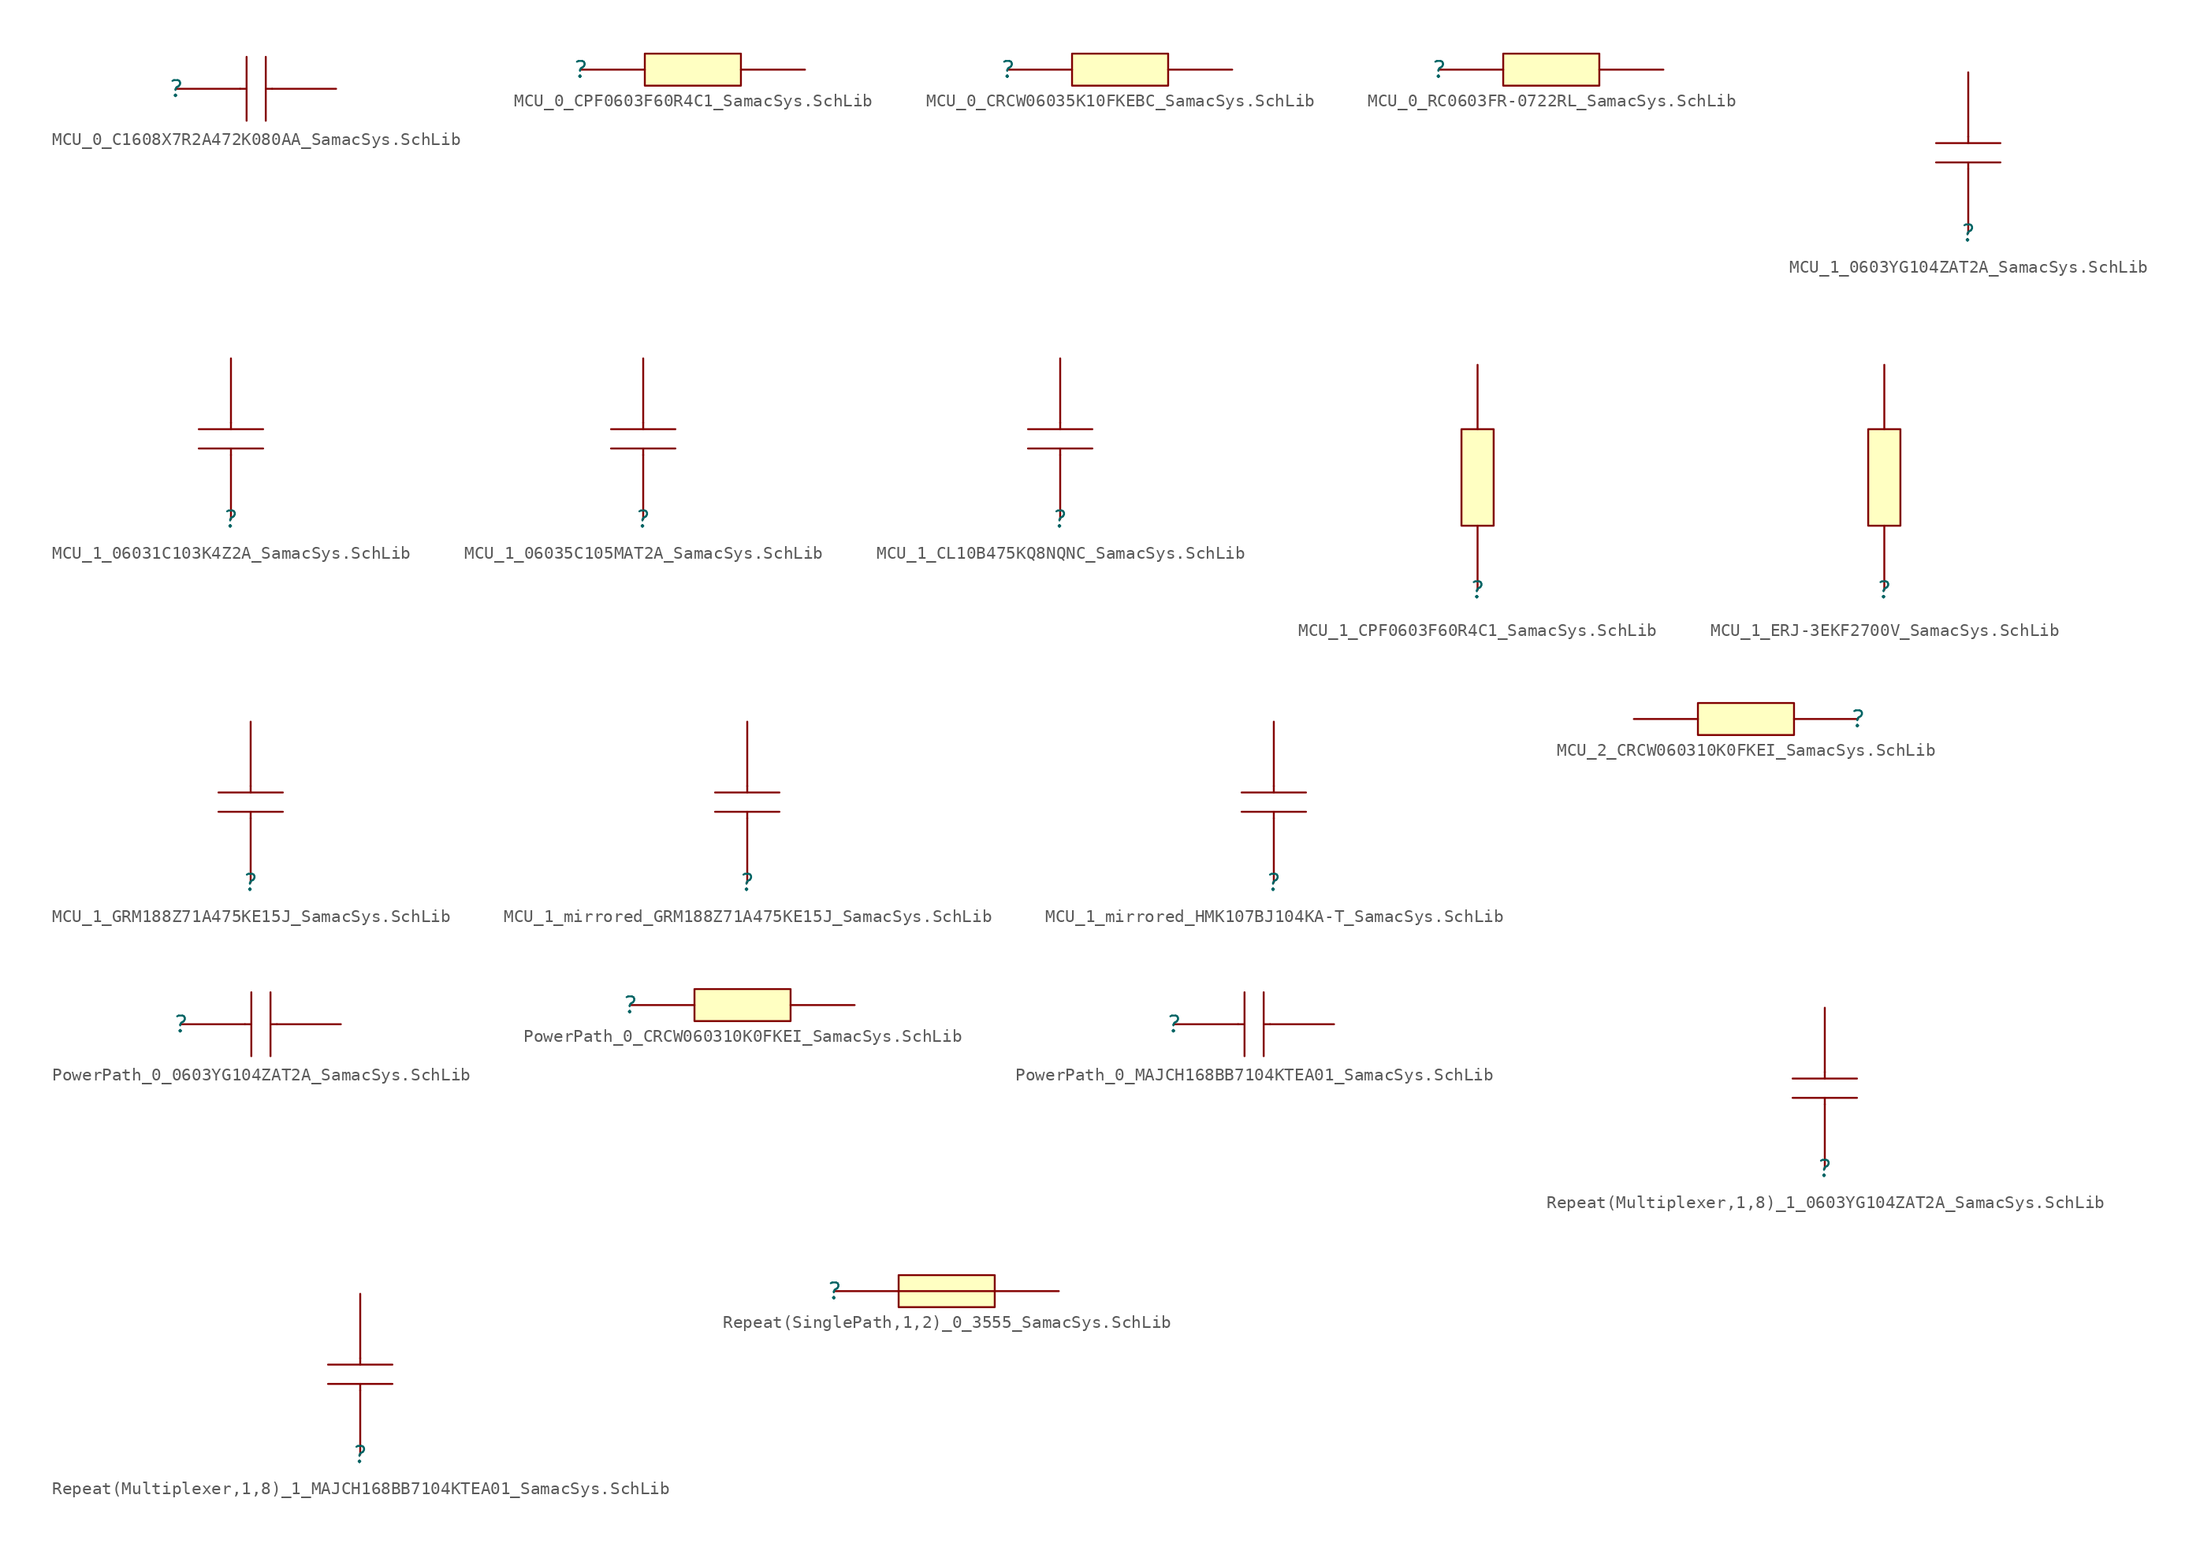
<source format=kicad_sym>
(kicad_symbol_lib
  (version 20241209)
  (generator "kicad_symbol_editor")
  (generator_version "9.0")
  (symbol "MCU_0_C1608X7R2A472K080AA_SamacSys.SchLib"
    (pin_numbers
      (hide yes))
    (pin_names
      (hide yes))
    (property "Reference" ""
      (at 0 0 0)
      (effects (font (size 1.27 1.27))))
    (property "Value" ""
      (at 0 0 0)
      (effects (font (size 1.27 1.27))))
    (symbol "MCU_0_C1608X7R2A472K080AA_SamacSys.SchLib_1_0"
      (polyline (pts (xy 5.08 0) (xy 5.588 0)) (stroke (width 0) (type solid)) (fill (type none)))
      (polyline (pts (xy 5.588 2.54) (xy 5.588 -2.54)) (stroke (width 0) (type solid)) (fill (type none)))
      (polyline (pts (xy 7.112 2.54) (xy 7.112 -2.54)) (stroke (width 0) (type solid)) (fill (type none)))
      (polyline (pts (xy 7.112 0) (xy 7.62 0)) (stroke (width 0) (type solid)) (fill (type none)))
      (pin passive line (at 0 0 0) (length 5.08) (name "1" (effects (font (size 1.27 1.27)))) (number "1" (effects (font (size 1.27 1.27)))))
      (pin passive line (at 12.7 0 180) (length 5.08) (name "2" (effects (font (size 1.27 1.27)))) (number "2" (effects (font (size 1.27 1.27)))))))
  (symbol "MCU_0_CPF0603F60R4C1_SamacSys.SchLib"
    (pin_numbers
      (hide yes))
    (pin_names
      (hide yes))
    (property "Reference" ""
      (at 0 0 0)
      (effects (font (size 1.27 1.27))))
    (property "Value" ""
      (at 0 0 0)
      (effects (font (size 1.27 1.27))))
    (symbol "MCU_0_CPF0603F60R4C1_SamacSys.SchLib_1_0"
      (rectangle (start 12.7 1.27) (end 5.08 -1.27) (stroke (width 0) (type solid) (color 128 0 0 1)) (fill (type background)))
      (pin passive line (at 0 0 0) (length 5.08) (name "1" (effects (font (size 1.27 1.27)))) (number "1" (effects (font (size 1.27 1.27)))))
      (pin passive line (at 17.78 0 180) (length 5.08) (name "2" (effects (font (size 1.27 1.27)))) (number "2" (effects (font (size 1.27 1.27)))))))
  (symbol "MCU_0_CRCW06035K10FKEBC_SamacSys.SchLib"
    (pin_numbers
      (hide yes))
    (pin_names
      (hide yes))
    (property "Reference" ""
      (at 0 0 0)
      (effects (font (size 1.27 1.27))))
    (property "Value" ""
      (at 0 0 0)
      (effects (font (size 1.27 1.27))))
    (symbol "MCU_0_CRCW06035K10FKEBC_SamacSys.SchLib_1_0"
      (rectangle (start 12.7 1.27) (end 5.08 -1.27) (stroke (width 0) (type solid) (color 128 0 0 1)) (fill (type background)))
      (pin passive line (at 0 0 0) (length 5.08) (name "1" (effects (font (size 1.27 1.27)))) (number "1" (effects (font (size 1.27 1.27)))))
      (pin passive line (at 17.78 0 180) (length 5.08) (name "2" (effects (font (size 1.27 1.27)))) (number "2" (effects (font (size 1.27 1.27)))))))
  (symbol "MCU_0_RC0603FR-0722RL_SamacSys.SchLib"
    (pin_numbers
      (hide yes))
    (pin_names
      (hide yes))
    (property "Reference" ""
      (at 0 0 0)
      (effects (font (size 1.27 1.27))))
    (property "Value" ""
      (at 0 0 0)
      (effects (font (size 1.27 1.27))))
    (symbol "MCU_0_RC0603FR-0722RL_SamacSys.SchLib_1_0"
      (rectangle (start 12.7 1.27) (end 5.08 -1.27) (stroke (width 0) (type solid) (color 128 0 0 1)) (fill (type background)))
      (pin passive line (at 0 0 0) (length 5.08) (name "1" (effects (font (size 1.27 1.27)))) (number "1" (effects (font (size 1.27 1.27)))))
      (pin passive line (at 17.78 0 180) (length 5.08) (name "2" (effects (font (size 1.27 1.27)))) (number "2" (effects (font (size 1.27 1.27)))))))
  (symbol "MCU_1_0603YG104ZAT2A_SamacSys.SchLib"
    (pin_numbers
      (hide yes))
    (pin_names
      (hide yes))
    (property "Reference" ""
      (at 0 0 0)
      (effects (font (size 1.27 1.27))))
    (property "Value" ""
      (at 0 0 0)
      (effects (font (size 1.27 1.27))))
    (symbol "MCU_1_0603YG104ZAT2A_SamacSys.SchLib_1_0"
      (polyline (pts (xy -2.54 7.112) (xy 2.54 7.112)) (stroke (width 0) (type solid)) (fill (type none)))
      (polyline (pts (xy -2.54 5.588) (xy 2.54 5.588)) (stroke (width 0) (type solid)) (fill (type none)))
      (polyline (pts (xy 0 7.112) (xy 0 7.62)) (stroke (width 0) (type solid)) (fill (type none)))
      (polyline (pts (xy 0 5.08) (xy 0 5.588)) (stroke (width 0) (type solid)) (fill (type none)))
      (pin passive line (at 0 12.7 270) (length 5.08) (name "2" (effects (font (size 1.27 1.27)))) (number "2" (effects (font (size 1.27 1.27)))))
      (pin passive line (at 0 0 90) (length 5.08) (name "1" (effects (font (size 1.27 1.27)))) (number "1" (effects (font (size 1.27 1.27)))))))
  (symbol "MCU_1_06031C103K4Z2A_SamacSys.SchLib"
    (pin_numbers
      (hide yes))
    (pin_names
      (hide yes))
    (property "Reference" ""
      (at 0 0 0)
      (effects (font (size 1.27 1.27))))
    (property "Value" ""
      (at 0 0 0)
      (effects (font (size 1.27 1.27))))
    (symbol "MCU_1_06031C103K4Z2A_SamacSys.SchLib_1_0"
      (polyline (pts (xy -2.54 7.112) (xy 2.54 7.112)) (stroke (width 0) (type solid)) (fill (type none)))
      (polyline (pts (xy -2.54 5.588) (xy 2.54 5.588)) (stroke (width 0) (type solid)) (fill (type none)))
      (polyline (pts (xy 0 7.112) (xy 0 7.62)) (stroke (width 0) (type solid)) (fill (type none)))
      (polyline (pts (xy 0 5.08) (xy 0 5.588)) (stroke (width 0) (type solid)) (fill (type none)))
      (pin passive line (at 0 12.7 270) (length 5.08) (name "2" (effects (font (size 1.27 1.27)))) (number "2" (effects (font (size 1.27 1.27)))))
      (pin passive line (at 0 0 90) (length 5.08) (name "1" (effects (font (size 1.27 1.27)))) (number "1" (effects (font (size 1.27 1.27)))))))
  (symbol "MCU_1_06035C105MAT2A_SamacSys.SchLib"
    (pin_numbers
      (hide yes))
    (pin_names
      (hide yes))
    (property "Reference" ""
      (at 0 0 0)
      (effects (font (size 1.27 1.27))))
    (property "Value" ""
      (at 0 0 0)
      (effects (font (size 1.27 1.27))))
    (symbol "MCU_1_06035C105MAT2A_SamacSys.SchLib_1_0"
      (polyline (pts (xy -2.54 7.112) (xy 2.54 7.112)) (stroke (width 0) (type solid)) (fill (type none)))
      (polyline (pts (xy -2.54 5.588) (xy 2.54 5.588)) (stroke (width 0) (type solid)) (fill (type none)))
      (polyline (pts (xy 0 7.112) (xy 0 7.62)) (stroke (width 0) (type solid)) (fill (type none)))
      (polyline (pts (xy 0 5.08) (xy 0 5.588)) (stroke (width 0) (type solid)) (fill (type none)))
      (pin passive line (at 0 12.7 270) (length 5.08) (name "2" (effects (font (size 1.27 1.27)))) (number "2" (effects (font (size 1.27 1.27)))))
      (pin passive line (at 0 0 90) (length 5.08) (name "1" (effects (font (size 1.27 1.27)))) (number "1" (effects (font (size 1.27 1.27)))))))
  (symbol "MCU_1_CL10B475KQ8NQNC_SamacSys.SchLib"
    (pin_numbers
      (hide yes))
    (pin_names
      (hide yes))
    (property "Reference" ""
      (at 0 0 0)
      (effects (font (size 1.27 1.27))))
    (property "Value" ""
      (at 0 0 0)
      (effects (font (size 1.27 1.27))))
    (symbol "MCU_1_CL10B475KQ8NQNC_SamacSys.SchLib_1_0"
      (polyline (pts (xy -2.54 7.112) (xy 2.54 7.112)) (stroke (width 0) (type solid)) (fill (type none)))
      (polyline (pts (xy -2.54 5.588) (xy 2.54 5.588)) (stroke (width 0) (type solid)) (fill (type none)))
      (polyline (pts (xy 0 7.112) (xy 0 7.62)) (stroke (width 0) (type solid)) (fill (type none)))
      (polyline (pts (xy 0 5.08) (xy 0 5.588)) (stroke (width 0) (type solid)) (fill (type none)))
      (pin passive line (at 0 12.7 270) (length 5.08) (name "2" (effects (font (size 1.27 1.27)))) (number "2" (effects (font (size 1.27 1.27)))))
      (pin passive line (at 0 0 90) (length 5.08) (name "1" (effects (font (size 1.27 1.27)))) (number "1" (effects (font (size 1.27 1.27)))))))
  (symbol "MCU_1_CPF0603F60R4C1_SamacSys.SchLib"
    (pin_numbers
      (hide yes))
    (pin_names
      (hide yes))
    (property "Reference" ""
      (at 0 0 0)
      (effects (font (size 1.27 1.27))))
    (property "Value" ""
      (at 0 0 0)
      (effects (font (size 1.27 1.27))))
    (symbol "MCU_1_CPF0603F60R4C1_SamacSys.SchLib_1_0"
      (rectangle (start 1.27 12.7) (end -1.27 5.08) (stroke (width 0) (type solid) (color 128 0 0 1)) (fill (type background)))
      (pin passive line (at 0 17.78 270) (length 5.08) (name "2" (effects (font (size 1.27 1.27)))) (number "2" (effects (font (size 1.27 1.27)))))
      (pin passive line (at 0 0 90) (length 5.08) (name "1" (effects (font (size 1.27 1.27)))) (number "1" (effects (font (size 1.27 1.27)))))))
  (symbol "MCU_1_ERJ-3EKF2700V_SamacSys.SchLib"
    (pin_numbers
      (hide yes))
    (pin_names
      (hide yes))
    (property "Reference" ""
      (at 0 0 0)
      (effects (font (size 1.27 1.27))))
    (property "Value" ""
      (at 0 0 0)
      (effects (font (size 1.27 1.27))))
    (symbol "MCU_1_ERJ-3EKF2700V_SamacSys.SchLib_1_0"
      (rectangle (start 1.27 12.7) (end -1.27 5.08) (stroke (width 0) (type solid) (color 128 0 0 1)) (fill (type background)))
      (pin passive line (at 0 17.78 270) (length 5.08) (name "2" (effects (font (size 1.27 1.27)))) (number "2" (effects (font (size 1.27 1.27)))))
      (pin passive line (at 0 0 90) (length 5.08) (name "1" (effects (font (size 1.27 1.27)))) (number "1" (effects (font (size 1.27 1.27)))))))
  (symbol "MCU_1_GRM188Z71A475KE15J_SamacSys.SchLib"
    (pin_numbers
      (hide yes))
    (pin_names
      (hide yes))
    (property "Reference" ""
      (at 0 0 0)
      (effects (font (size 1.27 1.27))))
    (property "Value" ""
      (at 0 0 0)
      (effects (font (size 1.27 1.27))))
    (symbol "MCU_1_GRM188Z71A475KE15J_SamacSys.SchLib_1_0"
      (polyline (pts (xy -2.54 7.112) (xy 2.54 7.112)) (stroke (width 0) (type solid)) (fill (type none)))
      (polyline (pts (xy -2.54 5.588) (xy 2.54 5.588)) (stroke (width 0) (type solid)) (fill (type none)))
      (polyline (pts (xy 0 7.112) (xy 0 7.62)) (stroke (width 0) (type solid)) (fill (type none)))
      (polyline (pts (xy 0 5.08) (xy 0 5.588)) (stroke (width 0) (type solid)) (fill (type none)))
      (pin passive line (at 0 12.7 270) (length 5.08) (name "2" (effects (font (size 1.27 1.27)))) (number "2" (effects (font (size 1.27 1.27)))))
      (pin passive line (at 0 0 90) (length 5.08) (name "1" (effects (font (size 1.27 1.27)))) (number "1" (effects (font (size 1.27 1.27)))))))
  (symbol "MCU_1_mirrored_GRM188Z71A475KE15J_SamacSys.SchLib"
    (pin_numbers
      (hide yes))
    (pin_names
      (hide yes))
    (property "Reference" ""
      (at 0 0 0)
      (effects (font (size 1.27 1.27))))
    (property "Value" ""
      (at 0 0 0)
      (effects (font (size 1.27 1.27))))
    (symbol "MCU_1_mirrored_GRM188Z71A475KE15J_SamacSys.SchLib_1_0"
      (polyline (pts (xy 0 7.112) (xy 0 7.62)) (stroke (width 0) (type solid)) (fill (type none)))
      (polyline (pts (xy 0 5.08) (xy 0 5.588)) (stroke (width 0) (type solid)) (fill (type none)))
      (polyline (pts (xy 2.54 7.112) (xy -2.54 7.112)) (stroke (width 0) (type solid)) (fill (type none)))
      (polyline (pts (xy 2.54 5.588) (xy -2.54 5.588)) (stroke (width 0) (type solid)) (fill (type none)))
      (pin passive line (at 0 12.7 270) (length 5.08) (name "2" (effects (font (size 1.27 1.27)))) (number "2" (effects (font (size 1.27 1.27)))))
      (pin passive line (at 0 0 90) (length 5.08) (name "1" (effects (font (size 1.27 1.27)))) (number "1" (effects (font (size 1.27 1.27)))))))
  (symbol "MCU_1_mirrored_HMK107BJ104KA-T_SamacSys.SchLib"
    (pin_numbers
      (hide yes))
    (pin_names
      (hide yes))
    (property "Reference" ""
      (at 0 0 0)
      (effects (font (size 1.27 1.27))))
    (property "Value" ""
      (at 0 0 0)
      (effects (font (size 1.27 1.27))))
    (symbol "MCU_1_mirrored_HMK107BJ104KA-T_SamacSys.SchLib_1_0"
      (polyline (pts (xy 0 7.112) (xy 0 7.62)) (stroke (width 0) (type solid)) (fill (type none)))
      (polyline (pts (xy 0 5.08) (xy 0 5.588)) (stroke (width 0) (type solid)) (fill (type none)))
      (polyline (pts (xy 2.54 7.112) (xy -2.54 7.112)) (stroke (width 0) (type solid)) (fill (type none)))
      (polyline (pts (xy 2.54 5.588) (xy -2.54 5.588)) (stroke (width 0) (type solid)) (fill (type none)))
      (pin passive line (at 0 12.7 270) (length 5.08) (name "2" (effects (font (size 1.27 1.27)))) (number "2" (effects (font (size 1.27 1.27)))))
      (pin passive line (at 0 0 90) (length 5.08) (name "1" (effects (font (size 1.27 1.27)))) (number "1" (effects (font (size 1.27 1.27)))))))
  (symbol "MCU_2_CRCW060310K0FKEI_SamacSys.SchLib"
    (pin_numbers
      (hide yes))
    (pin_names
      (hide yes))
    (property "Reference" ""
      (at 0 0 0)
      (effects (font (size 1.27 1.27))))
    (property "Value" ""
      (at 0 0 0)
      (effects (font (size 1.27 1.27))))
    (symbol "MCU_2_CRCW060310K0FKEI_SamacSys.SchLib_1_0"
      (rectangle (start -5.08 1.27) (end -12.7 -1.27) (stroke (width 0) (type solid) (color 128 0 0 1)) (fill (type background)))
      (pin passive line (at -17.78 0 0) (length 5.08) (name "2" (effects (font (size 1.27 1.27)))) (number "2" (effects (font (size 1.27 1.27)))))
      (pin passive line (at 0 0 180) (length 5.08) (name "1" (effects (font (size 1.27 1.27)))) (number "1" (effects (font (size 1.27 1.27)))))))
  (symbol "PowerPath_0_0603YG104ZAT2A_SamacSys.SchLib"
    (pin_numbers
      (hide yes))
    (pin_names
      (hide yes))
    (property "Reference" ""
      (at 0 0 0)
      (effects (font (size 1.27 1.27))))
    (property "Value" ""
      (at 0 0 0)
      (effects (font (size 1.27 1.27))))
    (symbol "PowerPath_0_0603YG104ZAT2A_SamacSys.SchLib_1_0"
      (polyline (pts (xy 5.08 0) (xy 5.588 0)) (stroke (width 0) (type solid)) (fill (type none)))
      (polyline (pts (xy 5.588 2.54) (xy 5.588 -2.54)) (stroke (width 0) (type solid)) (fill (type none)))
      (polyline (pts (xy 7.112 2.54) (xy 7.112 -2.54)) (stroke (width 0) (type solid)) (fill (type none)))
      (polyline (pts (xy 7.112 0) (xy 7.62 0)) (stroke (width 0) (type solid)) (fill (type none)))
      (pin passive line (at 0 0 0) (length 5.08) (name "1" (effects (font (size 1.27 1.27)))) (number "1" (effects (font (size 1.27 1.27)))))
      (pin passive line (at 12.7 0 180) (length 5.08) (name "2" (effects (font (size 1.27 1.27)))) (number "2" (effects (font (size 1.27 1.27)))))))
  (symbol "PowerPath_0_CRCW060310K0FKEI_SamacSys.SchLib"
    (pin_numbers
      (hide yes))
    (pin_names
      (hide yes))
    (property "Reference" ""
      (at 0 0 0)
      (effects (font (size 1.27 1.27))))
    (property "Value" ""
      (at 0 0 0)
      (effects (font (size 1.27 1.27))))
    (symbol "PowerPath_0_CRCW060310K0FKEI_SamacSys.SchLib_1_0"
      (rectangle (start 12.7 1.27) (end 5.08 -1.27) (stroke (width 0) (type solid) (color 128 0 0 1)) (fill (type background)))
      (pin passive line (at 0 0 0) (length 5.08) (name "1" (effects (font (size 1.27 1.27)))) (number "1" (effects (font (size 1.27 1.27)))))
      (pin passive line (at 17.78 0 180) (length 5.08) (name "2" (effects (font (size 1.27 1.27)))) (number "2" (effects (font (size 1.27 1.27)))))))
  (symbol "PowerPath_0_MAJCH168BB7104KTEA01_SamacSys.SchLib"
    (pin_numbers
      (hide yes))
    (pin_names
      (hide yes))
    (property "Reference" ""
      (at 0 0 0)
      (effects (font (size 1.27 1.27))))
    (property "Value" ""
      (at 0 0 0)
      (effects (font (size 1.27 1.27))))
    (symbol "PowerPath_0_MAJCH168BB7104KTEA01_SamacSys.SchLib_1_0"
      (polyline (pts (xy 5.08 0) (xy 5.588 0)) (stroke (width 0) (type solid)) (fill (type none)))
      (polyline (pts (xy 5.588 2.54) (xy 5.588 -2.54)) (stroke (width 0) (type solid)) (fill (type none)))
      (polyline (pts (xy 7.112 2.54) (xy 7.112 -2.54)) (stroke (width 0) (type solid)) (fill (type none)))
      (polyline (pts (xy 7.112 0) (xy 7.62 0)) (stroke (width 0) (type solid)) (fill (type none)))
      (pin passive line (at 0 0 0) (length 5.08) (name "1" (effects (font (size 1.27 1.27)))) (number "1" (effects (font (size 1.27 1.27)))))
      (pin passive line (at 12.7 0 180) (length 5.08) (name "2" (effects (font (size 1.27 1.27)))) (number "2" (effects (font (size 1.27 1.27)))))))
  (symbol "Repeat(Multiplexer,1,8)_1_0603YG104ZAT2A_SamacSys.SchLib"
    (pin_numbers
      (hide yes))
    (pin_names
      (hide yes))
    (property "Reference" ""
      (at 0 0 0)
      (effects (font (size 1.27 1.27))))
    (property "Value" ""
      (at 0 0 0)
      (effects (font (size 1.27 1.27))))
    (symbol "Repeat(Multiplexer,1,8)_1_0603YG104ZAT2A_SamacSys.SchLib_1_0"
      (polyline (pts (xy -2.54 7.112) (xy 2.54 7.112)) (stroke (width 0) (type solid)) (fill (type none)))
      (polyline (pts (xy -2.54 5.588) (xy 2.54 5.588)) (stroke (width 0) (type solid)) (fill (type none)))
      (polyline (pts (xy 0 7.112) (xy 0 7.62)) (stroke (width 0) (type solid)) (fill (type none)))
      (polyline (pts (xy 0 5.08) (xy 0 5.588)) (stroke (width 0) (type solid)) (fill (type none)))
      (pin passive line (at 0 12.7 270) (length 5.08) (name "2" (effects (font (size 1.27 1.27)))) (number "2" (effects (font (size 1.27 1.27)))))
      (pin passive line (at 0 0 90) (length 5.08) (name "1" (effects (font (size 1.27 1.27)))) (number "1" (effects (font (size 1.27 1.27)))))))
  (symbol "Repeat(Multiplexer,1,8)_1_MAJCH168BB7104KTEA01_SamacSys.SchLib"
    (pin_numbers
      (hide yes))
    (pin_names
      (hide yes))
    (property "Reference" ""
      (at 0 0 0)
      (effects (font (size 1.27 1.27))))
    (property "Value" ""
      (at 0 0 0)
      (effects (font (size 1.27 1.27))))
    (symbol "Repeat(Multiplexer,1,8)_1_MAJCH168BB7104KTEA01_SamacSys.SchLib_1_0"
      (polyline (pts (xy -2.54 7.112) (xy 2.54 7.112)) (stroke (width 0) (type solid)) (fill (type none)))
      (polyline (pts (xy -2.54 5.588) (xy 2.54 5.588)) (stroke (width 0) (type solid)) (fill (type none)))
      (polyline (pts (xy 0 7.112) (xy 0 7.62)) (stroke (width 0) (type solid)) (fill (type none)))
      (polyline (pts (xy 0 5.08) (xy 0 5.588)) (stroke (width 0) (type solid)) (fill (type none)))
      (pin passive line (at 0 12.7 270) (length 5.08) (name "2" (effects (font (size 1.27 1.27)))) (number "2" (effects (font (size 1.27 1.27)))))
      (pin passive line (at 0 0 90) (length 5.08) (name "1" (effects (font (size 1.27 1.27)))) (number "1" (effects (font (size 1.27 1.27)))))))
  (symbol "Repeat(SinglePath,1,2)_0_3555_SamacSys.SchLib"
    (pin_numbers
      (hide yes))
    (pin_names
      (hide yes))
    (property "Reference" ""
      (at 0 0 0)
      (effects (font (size 1.27 1.27))))
    (property "Value" ""
      (at 0 0 0)
      (effects (font (size 1.27 1.27))))
    (symbol "Repeat(SinglePath,1,2)_0_3555_SamacSys.SchLib_1_0"
      (polyline (pts (xy 5.08 0) (xy 12.7 0)) (stroke (width 0) (type solid)) (fill (type none)))
      (rectangle (start 12.7 1.27) (end 5.08 -1.27) (stroke (width 0) (type solid) (color 128 0 0 1)) (fill (type background)))
      (pin passive line (at 0 0 0) (length 5.08) (name "1" (effects (font (size 1.27 1.27)))) (number "1" (effects (font (size 1.27 1.27)))))
      (pin passive line (at 17.78 0 180) (length 5.08) (name "2" (effects (font (size 1.27 1.27)))) (number "2" (effects (font (size 1.27 1.27))))))))
</source>
